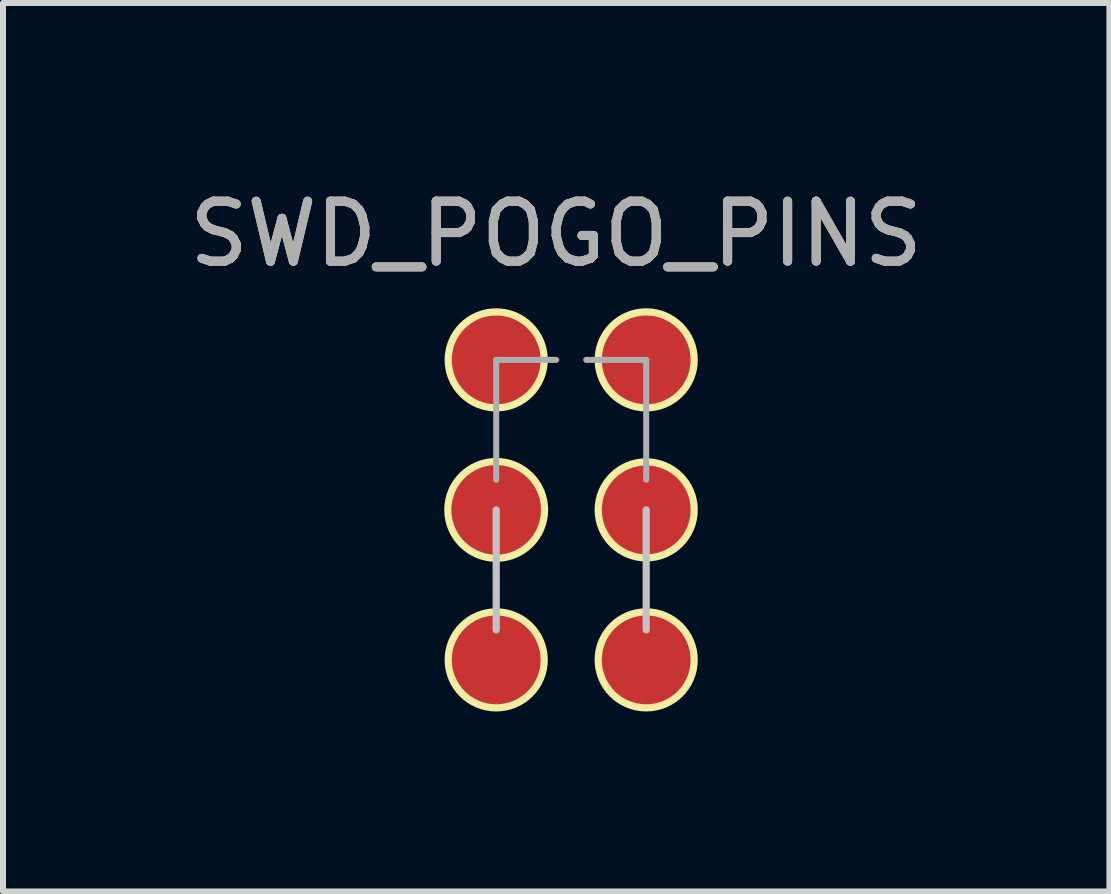
<source format=kicad_pcb>
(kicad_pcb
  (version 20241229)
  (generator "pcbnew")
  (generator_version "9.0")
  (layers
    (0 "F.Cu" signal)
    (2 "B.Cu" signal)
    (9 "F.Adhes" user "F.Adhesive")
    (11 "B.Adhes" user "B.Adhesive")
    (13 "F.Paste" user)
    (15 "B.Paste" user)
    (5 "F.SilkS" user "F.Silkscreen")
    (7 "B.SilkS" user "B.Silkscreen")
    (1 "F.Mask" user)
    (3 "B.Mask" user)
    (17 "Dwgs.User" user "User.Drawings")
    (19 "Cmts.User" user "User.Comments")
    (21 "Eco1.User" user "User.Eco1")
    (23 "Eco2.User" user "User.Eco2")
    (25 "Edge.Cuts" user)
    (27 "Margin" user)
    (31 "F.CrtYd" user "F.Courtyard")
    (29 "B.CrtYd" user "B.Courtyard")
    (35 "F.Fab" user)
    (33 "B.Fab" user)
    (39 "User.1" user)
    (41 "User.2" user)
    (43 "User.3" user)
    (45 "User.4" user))
  (footprint "SWD_POGO_PINS"
    (layer "F.Cu")
    (at 6.22 2.948)
    (property "Reference" "SWD_POGO_PINS" (at 0 -2.1 0) (unlocked yes) (layer "F.SilkS") (effects (font (size 1 1) (thickness 0.15))))
    (attr smd)
    (fp_circle (center -1 0) (end -0.2 0) (stroke (width 0.12) (type solid)) (fill no) (layer "F.SilkS"))
    (fp_circle (center -1 2.5) (end -0.2 2.4) (stroke (width 0.12) (type solid)) (fill no) (layer "F.SilkS"))
    (fp_circle (center -1 5) (end -0.2 5) (stroke (width 0.12) (type solid)) (fill no) (layer "F.SilkS"))
    (fp_circle (center 1.5 0) (end 2.3 0) (stroke (width 0.12) (type solid)) (fill no) (layer "F.SilkS"))
    (fp_circle (center 1.5 2.5) (end 2.3 2.5) (stroke (width 0.12) (type solid)) (fill no) (layer "F.SilkS"))
    (fp_circle (center 1.5 5) (end 2.3 5) (stroke (width 0.12) (type solid)) (fill no) (layer "F.SilkS"))
    (fp_line (start -1 2.5) (end -1 4.5) (stroke (width 0.12) (type solid)) (layer "Dwgs.User"))
    (fp_line (start 1.5 2.5) (end 1.5 4.5) (stroke (width 0.12) (type solid)) (layer "Dwgs.User"))
    (fp_line (start -1 0) (end -1 2) (stroke (width 0.1) (type solid)) (layer "F.Fab"))
    (fp_line (start 0 0) (end -1 0) (stroke (width 0.1) (type solid)) (layer "F.Fab"))
    (fp_line (start 0.5 0) (end 1.5 0) (stroke (width 0.1) (type solid)) (layer "F.Fab"))
    (fp_line (start 1.5 0) (end 1.5 2) (stroke (width 0.1) (type solid)) (layer "F.Fab"))
    (fp_text user "${REFERENCE}" (at 0 -2.1 0) (unlocked yes) (layer "F.Fab") (effects (font (size 1 1) (thickness 0.15))))
    (pad "1" smd circle (at -1 0) (size 1.5 1.5) (layers "F.Cu" "F.Mask" "F.Paste"))
    (pad "2" smd circle (at 1.5 0) (size 1.5 1.5) (layers "F.Cu" "F.Mask" "F.Paste"))
    (pad "3" smd circle (at -1 2.5) (size 1.5 1.5) (layers "F.Cu" "F.Mask" "F.Paste"))
    (pad "4" smd circle (at 1.5 2.5) (size 1.5 1.5) (layers "F.Cu" "F.Mask" "F.Paste"))
    (pad "5" smd circle (at -1 5) (size 1.5 1.5) (layers "F.Cu" "F.Mask" "F.Paste"))
    (pad "6" smd circle (at 1.5 5) (size 1.5 1.5) (layers "F.Cu" "F.Mask" "F.Paste")))
  (gr_rect
    (start -3 -3)
    (end 15.44 11.808)
    (stroke (width 0.1) (type default))
    (fill no)
    (layer "Edge.Cuts")))
</source>
